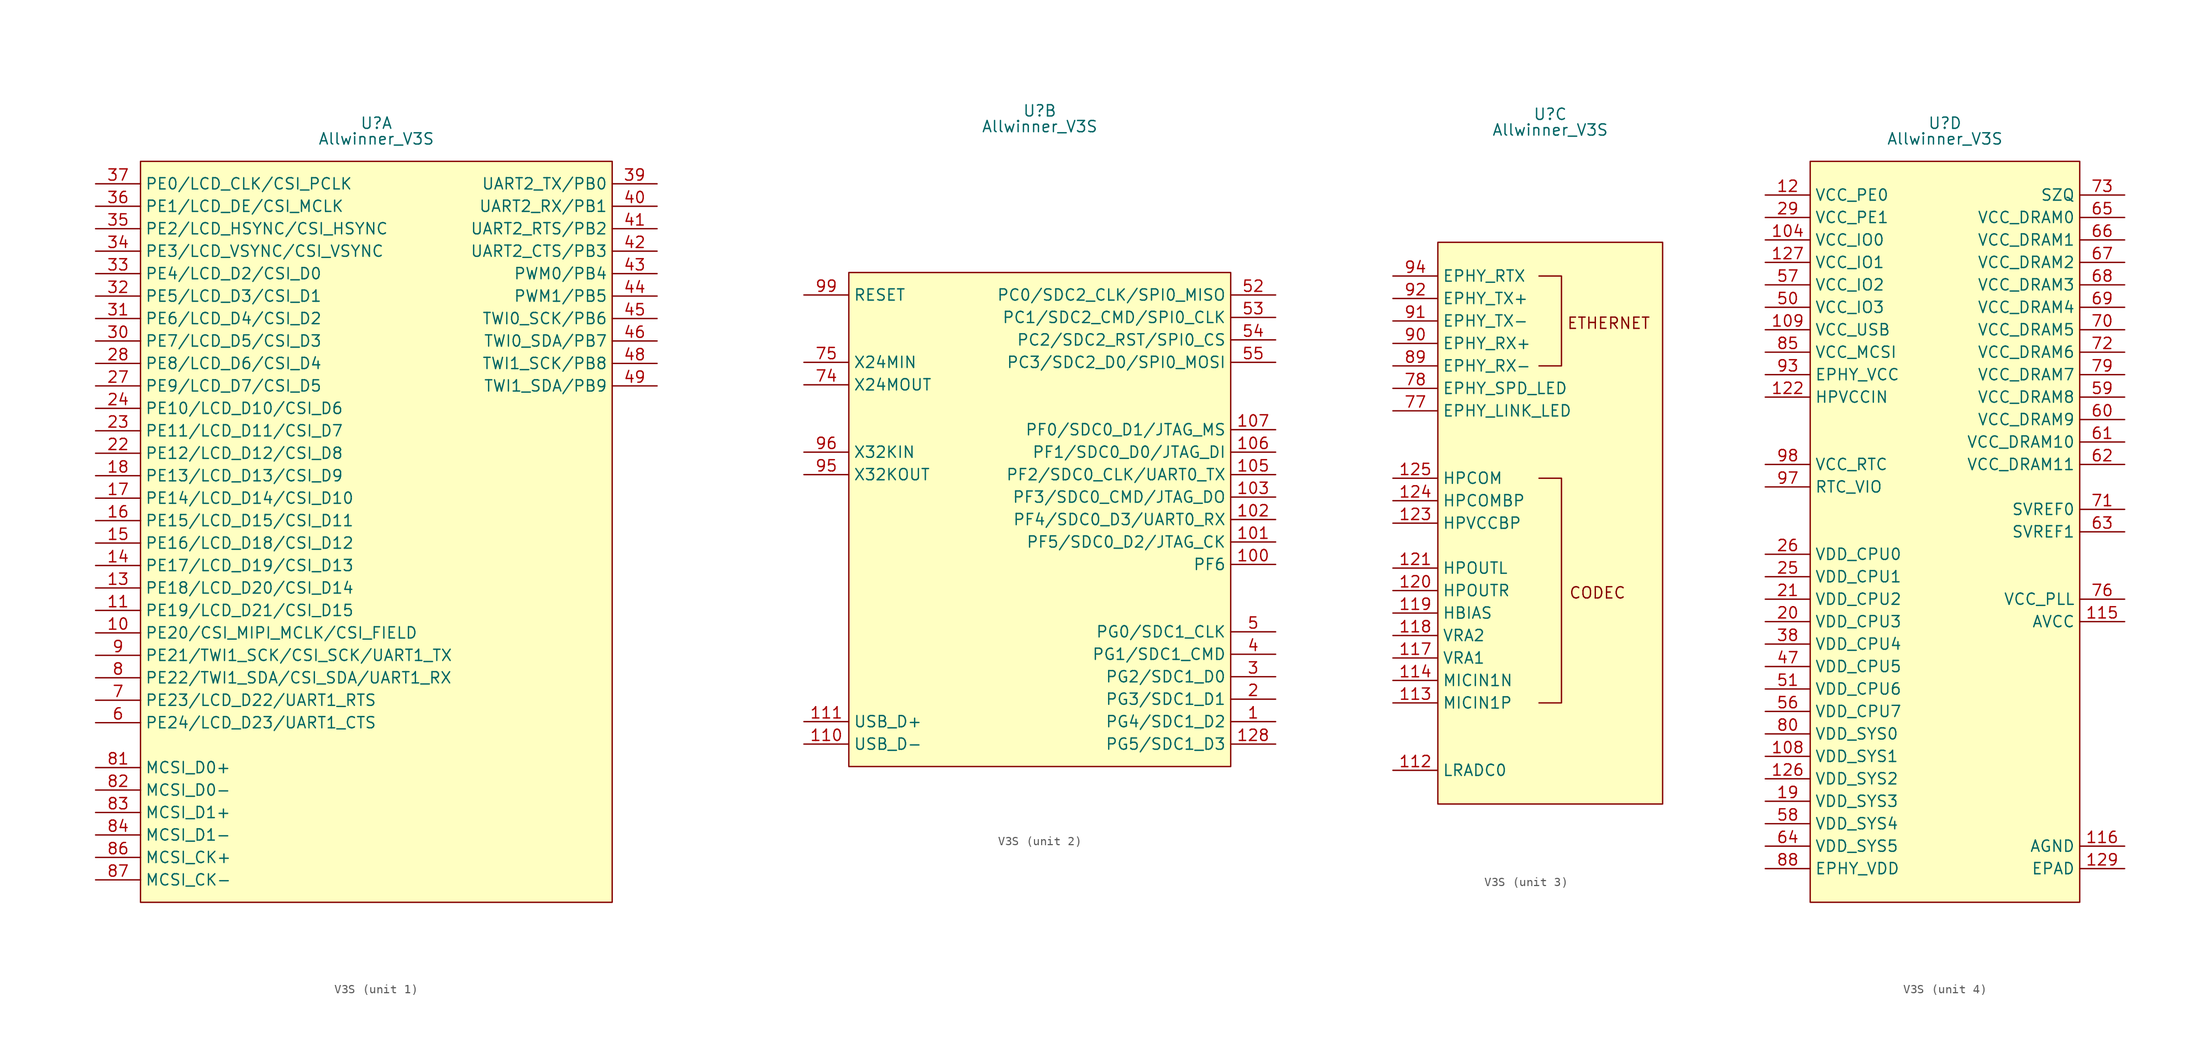
<source format=kicad_sym>
(kicad_symbol_lib
  (version 20241209)
  (generator "kicad_symbol_editor")
  (generator_version "9.0")
  (symbol "V3S"
    (property "Reference" "U"
      (at 0 46.228 0)
      (effects (font (size 1.27 1.27))))
    (property "Value" "Allwinner_V3S"
      (at 0 44.45 0)
      (effects (font (size 1.27 1.27))))
    (property "ki_locked" ""
      (at 0 0 0)
      (effects (font (size 1.27 1.27))))
    (symbol "V3S_1_1"
      (rectangle (start -26.67 41.91) (end 26.67 -41.91) (stroke (width 0) (type solid)) (fill (type color) (color 255 255 194 1)))
      (pin bidirectional line (at -31.75 39.37 0) (length 5.08) (name "PE0/LCD_CLK/CSI_PCLK" (effects (font (size 1.27 1.27)))) (number "37" (effects (font (size 1.27 1.27)))))
      (pin bidirectional line (at -31.75 36.83 0) (length 5.08) (name "PE1/LCD_DE/CSI_MCLK" (effects (font (size 1.27 1.27)))) (number "36" (effects (font (size 1.27 1.27)))))
      (pin bidirectional line (at -31.75 34.29 0) (length 5.08) (name "PE2/LCD_HSYNC/CSI_HSYNC" (effects (font (size 1.27 1.27)))) (number "35" (effects (font (size 1.27 1.27)))))
      (pin bidirectional line (at -31.75 31.75 0) (length 5.08) (name "PE3/LCD_VSYNC/CSI_VSYNC" (effects (font (size 1.27 1.27)))) (number "34" (effects (font (size 1.27 1.27)))))
      (pin bidirectional line (at -31.75 29.21 0) (length 5.08) (name "PE4/LCD_D2/CSI_D0" (effects (font (size 1.27 1.27)))) (number "33" (effects (font (size 1.27 1.27)))))
      (pin bidirectional line (at -31.75 26.67 0) (length 5.08) (name "PE5/LCD_D3/CSI_D1" (effects (font (size 1.27 1.27)))) (number "32" (effects (font (size 1.27 1.27)))))
      (pin bidirectional line (at -31.75 24.13 0) (length 5.08) (name "PE6/LCD_D4/CSI_D2" (effects (font (size 1.27 1.27)))) (number "31" (effects (font (size 1.27 1.27)))))
      (pin bidirectional line (at -31.75 21.59 0) (length 5.08) (name "PE7/LCD_D5/CSI_D3" (effects (font (size 1.27 1.27)))) (number "30" (effects (font (size 1.27 1.27)))))
      (pin bidirectional line (at -31.75 19.05 0) (length 5.08) (name "PE8/LCD_D6/CSI_D4" (effects (font (size 1.27 1.27)))) (number "28" (effects (font (size 1.27 1.27)))))
      (pin bidirectional line (at -31.75 16.51 0) (length 5.08) (name "PE9/LCD_D7/CSI_D5" (effects (font (size 1.27 1.27)))) (number "27" (effects (font (size 1.27 1.27)))))
      (pin bidirectional line (at -31.75 13.97 0) (length 5.08) (name "PE10/LCD_D10/CSI_D6" (effects (font (size 1.27 1.27)))) (number "24" (effects (font (size 1.27 1.27)))))
      (pin bidirectional line (at -31.75 11.43 0) (length 5.08) (name "PE11/LCD_D11/CSI_D7" (effects (font (size 1.27 1.27)))) (number "23" (effects (font (size 1.27 1.27)))))
      (pin bidirectional line (at -31.75 8.89 0) (length 5.08) (name "PE12/LCD_D12/CSI_D8" (effects (font (size 1.27 1.27)))) (number "22" (effects (font (size 1.27 1.27)))))
      (pin bidirectional line (at -31.75 6.35 0) (length 5.08) (name "PE13/LCD_D13/CSI_D9" (effects (font (size 1.27 1.27)))) (number "18" (effects (font (size 1.27 1.27)))))
      (pin bidirectional line (at -31.75 3.81 0) (length 5.08) (name "PE14/LCD_D14/CSI_D10" (effects (font (size 1.27 1.27)))) (number "17" (effects (font (size 1.27 1.27)))))
      (pin bidirectional line (at -31.75 1.27 0) (length 5.08) (name "PE15/LCD_D15/CSI_D11" (effects (font (size 1.27 1.27)))) (number "16" (effects (font (size 1.27 1.27)))))
      (pin bidirectional line (at -31.75 -1.27 0) (length 5.08) (name "PE16/LCD_D18/CSI_D12" (effects (font (size 1.27 1.27)))) (number "15" (effects (font (size 1.27 1.27)))))
      (pin bidirectional line (at -31.75 -3.81 0) (length 5.08) (name "PE17/LCD_D19/CSI_D13" (effects (font (size 1.27 1.27)))) (number "14" (effects (font (size 1.27 1.27)))))
      (pin bidirectional line (at -31.75 -6.35 0) (length 5.08) (name "PE18/LCD_D20/CSI_D14" (effects (font (size 1.27 1.27)))) (number "13" (effects (font (size 1.27 1.27)))))
      (pin bidirectional line (at -31.75 -8.89 0) (length 5.08) (name "PE19/LCD_D21/CSI_D15" (effects (font (size 1.27 1.27)))) (number "11" (effects (font (size 1.27 1.27)))))
      (pin bidirectional line (at -31.75 -11.43 0) (length 5.08) (name "PE20/CSI_MIPI_MCLK/CSI_FIELD" (effects (font (size 1.27 1.27)))) (number "10" (effects (font (size 1.27 1.27)))))
      (pin bidirectional line (at -31.75 -13.97 0) (length 5.08) (name "PE21/TWI1_SCK/CSI_SCK/UART1_TX" (effects (font (size 1.27 1.27)))) (number "9" (effects (font (size 1.27 1.27)))))
      (pin bidirectional line (at -31.75 -16.51 0) (length 5.08) (name "PE22/TWI1_SDA/CSI_SDA/UART1_RX" (effects (font (size 1.27 1.27)))) (number "8" (effects (font (size 1.27 1.27)))))
      (pin bidirectional line (at -31.75 -19.05 0) (length 5.08) (name "PE23/LCD_D22/UART1_RTS" (effects (font (size 1.27 1.27)))) (number "7" (effects (font (size 1.27 1.27)))))
      (pin bidirectional line (at -31.75 -21.59 0) (length 5.08) (name "PE24/LCD_D23/UART1_CTS" (effects (font (size 1.27 1.27)))) (number "6" (effects (font (size 1.27 1.27)))))
      (pin bidirectional line (at -31.75 -26.67 0) (length 5.08) (name "MCSI_D0+" (effects (font (size 1.27 1.27)))) (number "81" (effects (font (size 1.27 1.27)))))
      (pin bidirectional line (at -31.75 -29.21 0) (length 5.08) (name "MCSI_D0-" (effects (font (size 1.27 1.27)))) (number "82" (effects (font (size 1.27 1.27)))))
      (pin bidirectional line (at -31.75 -31.75 0) (length 5.08) (name "MCSI_D1+" (effects (font (size 1.27 1.27)))) (number "83" (effects (font (size 1.27 1.27)))))
      (pin bidirectional line (at -31.75 -34.29 0) (length 5.08) (name "MCSI_D1-" (effects (font (size 1.27 1.27)))) (number "84" (effects (font (size 1.27 1.27)))))
      (pin bidirectional line (at -31.75 -36.83 0) (length 5.08) (name "MCSI_CK+" (effects (font (size 1.27 1.27)))) (number "86" (effects (font (size 1.27 1.27)))))
      (pin bidirectional line (at -31.75 -39.37 0) (length 5.08) (name "MCSI_CK-" (effects (font (size 1.27 1.27)))) (number "87" (effects (font (size 1.27 1.27)))))
      (pin bidirectional line (at 31.75 39.37 180) (length 5.08) (name "UART2_TX/PB0" (effects (font (size 1.27 1.27)))) (number "39" (effects (font (size 1.27 1.27)))))
      (pin bidirectional line (at 31.75 36.83 180) (length 5.08) (name "UART2_RX/PB1" (effects (font (size 1.27 1.27)))) (number "40" (effects (font (size 1.27 1.27)))))
      (pin bidirectional line (at 31.75 34.29 180) (length 5.08) (name "UART2_RTS/PB2" (effects (font (size 1.27 1.27)))) (number "41" (effects (font (size 1.27 1.27)))))
      (pin bidirectional line (at 31.75 31.75 180) (length 5.08) (name "UART2_CTS/PB3" (effects (font (size 1.27 1.27)))) (number "42" (effects (font (size 1.27 1.27)))))
      (pin bidirectional line (at 31.75 29.21 180) (length 5.08) (name "PWM0/PB4" (effects (font (size 1.27 1.27)))) (number "43" (effects (font (size 1.27 1.27)))))
      (pin bidirectional line (at 31.75 26.67 180) (length 5.08) (name "PWM1/PB5" (effects (font (size 1.27 1.27)))) (number "44" (effects (font (size 1.27 1.27)))))
      (pin bidirectional line (at 31.75 24.13 180) (length 5.08) (name "TWI0_SCK/PB6" (effects (font (size 1.27 1.27)))) (number "45" (effects (font (size 1.27 1.27)))))
      (pin bidirectional line (at 31.75 21.59 180) (length 5.08) (name "TWI0_SDA/PB7" (effects (font (size 1.27 1.27)))) (number "46" (effects (font (size 1.27 1.27)))))
      (pin bidirectional line (at 31.75 19.05 180) (length 5.08) (name "TWI1_SCK/PB8" (effects (font (size 1.27 1.27)))) (number "48" (effects (font (size 1.27 1.27)))))
      (pin bidirectional line (at 31.75 16.51 180) (length 5.08) (name "TWI1_SDA/PB9" (effects (font (size 1.27 1.27)))) (number "49" (effects (font (size 1.27 1.27))))))
    (symbol "V3S_2_1"
      (rectangle (start -21.59 27.94) (end 21.59 -27.94) (stroke (width 0) (type solid)) (fill (type color) (color 255 255 194 1)))
      (pin bidirectional line (at -26.67 25.4 0) (length 5.08) (name "RESET" (effects (font (size 1.27 1.27)))) (number "99" (effects (font (size 1.27 1.27)))))
      (pin bidirectional line (at -26.67 17.78 0) (length 5.08) (name "X24MIN" (effects (font (size 1.27 1.27)))) (number "75" (effects (font (size 1.27 1.27)))))
      (pin bidirectional line (at -26.67 15.24 0) (length 5.08) (name "X24MOUT" (effects (font (size 1.27 1.27)))) (number "74" (effects (font (size 1.27 1.27)))))
      (pin bidirectional line (at -26.67 7.62 0) (length 5.08) (name "X32KIN" (effects (font (size 1.27 1.27)))) (number "96" (effects (font (size 1.27 1.27)))))
      (pin bidirectional line (at -26.67 5.08 0) (length 5.08) (name "X32KOUT" (effects (font (size 1.27 1.27)))) (number "95" (effects (font (size 1.27 1.27)))))
      (pin bidirectional line (at -26.67 -22.86 0) (length 5.08) (name "USB_D+" (effects (font (size 1.27 1.27)))) (number "111" (effects (font (size 1.27 1.27)))))
      (pin bidirectional line (at -26.67 -25.4 0) (length 5.08) (name "USB_D-" (effects (font (size 1.27 1.27)))) (number "110" (effects (font (size 1.27 1.27)))))
      (pin bidirectional line (at 26.67 25.4 180) (length 5.08) (name "PC0/SDC2_CLK/SPI0_MISO" (effects (font (size 1.27 1.27)))) (number "52" (effects (font (size 1.27 1.27)))))
      (pin bidirectional line (at 26.67 22.86 180) (length 5.08) (name "PC1/SDC2_CMD/SPI0_CLK" (effects (font (size 1.27 1.27)))) (number "53" (effects (font (size 1.27 1.27)))))
      (pin bidirectional line (at 26.67 20.32 180) (length 5.08) (name "PC2/SDC2_RST/SPI0_CS" (effects (font (size 1.27 1.27)))) (number "54" (effects (font (size 1.27 1.27)))))
      (pin bidirectional line (at 26.67 17.78 180) (length 5.08) (name "PC3/SDC2_D0/SPI0_MOSI" (effects (font (size 1.27 1.27)))) (number "55" (effects (font (size 1.27 1.27)))))
      (pin bidirectional line (at 26.67 10.16 180) (length 5.08) (name "PF0/SDC0_D1/JTAG_MS" (effects (font (size 1.27 1.27)))) (number "107" (effects (font (size 1.27 1.27)))))
      (pin bidirectional line (at 26.67 7.62 180) (length 5.08) (name "PF1/SDC0_D0/JTAG_DI" (effects (font (size 1.27 1.27)))) (number "106" (effects (font (size 1.27 1.27)))))
      (pin bidirectional line (at 26.67 5.08 180) (length 5.08) (name "PF2/SDC0_CLK/UART0_TX" (effects (font (size 1.27 1.27)))) (number "105" (effects (font (size 1.27 1.27)))))
      (pin bidirectional line (at 26.67 2.54 180) (length 5.08) (name "PF3/SDC0_CMD/JTAG_DO" (effects (font (size 1.27 1.27)))) (number "103" (effects (font (size 1.27 1.27)))))
      (pin bidirectional line (at 26.67 0 180) (length 5.08) (name "PF4/SDC0_D3/UART0_RX" (effects (font (size 1.27 1.27)))) (number "102" (effects (font (size 1.27 1.27)))))
      (pin bidirectional line (at 26.67 -2.54 180) (length 5.08) (name "PF5/SDC0_D2/JTAG_CK" (effects (font (size 1.27 1.27)))) (number "101" (effects (font (size 1.27 1.27)))))
      (pin bidirectional line (at 26.67 -5.08 180) (length 5.08) (name "PF6" (effects (font (size 1.27 1.27)))) (number "100" (effects (font (size 1.27 1.27)))))
      (pin bidirectional line (at 26.67 -12.7 180) (length 5.08) (name "PG0/SDC1_CLK" (effects (font (size 1.27 1.27)))) (number "5" (effects (font (size 1.27 1.27)))))
      (pin bidirectional line (at 26.67 -15.24 180) (length 5.08) (name "PG1/SDC1_CMD" (effects (font (size 1.27 1.27)))) (number "4" (effects (font (size 1.27 1.27)))))
      (pin bidirectional line (at 26.67 -17.78 180) (length 5.08) (name "PG2/SDC1_D0" (effects (font (size 1.27 1.27)))) (number "3" (effects (font (size 1.27 1.27)))))
      (pin bidirectional line (at 26.67 -20.32 180) (length 5.08) (name "PG3/SDC1_D1" (effects (font (size 1.27 1.27)))) (number "2" (effects (font (size 1.27 1.27)))))
      (pin bidirectional line (at 26.67 -22.86 180) (length 5.08) (name "PG4/SDC1_D2" (effects (font (size 1.27 1.27)))) (number "1" (effects (font (size 1.27 1.27)))))
      (pin bidirectional line (at 26.67 -25.4 180) (length 5.08) (name "PG5/SDC1_D3" (effects (font (size 1.27 1.27)))) (number "128" (effects (font (size 1.27 1.27))))))
    (symbol "V3S_3_1"
      (rectangle (start -12.7 31.75) (end 12.7 -31.75) (stroke (width 0) (type solid)) (fill (type color) (color 255 255 194 1)))
      (polyline (pts (xy -1.27 27.94) (xy 1.27 27.94) (xy 1.27 17.78) (xy -1.27 17.78)) (stroke (width 0) (type default)) (fill (type none)))
      (polyline (pts (xy -1.27 5.08) (xy 1.27 5.08) (xy 1.27 -20.32) (xy -1.27 -20.32)) (stroke (width 0) (type default)) (fill (type none)))
      (text "CODEC" (at 5.334 -7.874 0) (effects (font (size 1.27 1.27))))
      (text "ETHERNET" (at 6.604 22.606 0) (effects (font (size 1.27 1.27))))
      (pin bidirectional line (at -17.78 27.94 0) (length 5.08) (name "EPHY_RTX" (effects (font (size 1.27 1.27)))) (number "94" (effects (font (size 1.27 1.27)))))
      (pin bidirectional line (at -17.78 25.4 0) (length 5.08) (name "EPHY_TX+" (effects (font (size 1.27 1.27)))) (number "92" (effects (font (size 1.27 1.27)))))
      (pin bidirectional line (at -17.78 22.86 0) (length 5.08) (name "EPHY_TX-" (effects (font (size 1.27 1.27)))) (number "91" (effects (font (size 1.27 1.27)))))
      (pin bidirectional line (at -17.78 20.32 0) (length 5.08) (name "EPHY_RX+" (effects (font (size 1.27 1.27)))) (number "90" (effects (font (size 1.27 1.27)))))
      (pin bidirectional line (at -17.78 17.78 0) (length 5.08) (name "EPHY_RX-" (effects (font (size 1.27 1.27)))) (number "89" (effects (font (size 1.27 1.27)))))
      (pin bidirectional line (at -17.78 15.24 0) (length 5.08) (name "EPHY_SPD_LED" (effects (font (size 1.27 1.27)))) (number "78" (effects (font (size 1.27 1.27)))))
      (pin bidirectional line (at -17.78 12.7 0) (length 5.08) (name "EPHY_LINK_LED" (effects (font (size 1.27 1.27)))) (number "77" (effects (font (size 1.27 1.27)))))
      (pin bidirectional line (at -17.78 5.08 0) (length 5.08) (name "HPCOM" (effects (font (size 1.27 1.27)))) (number "125" (effects (font (size 1.27 1.27)))))
      (pin bidirectional line (at -17.78 2.54 0) (length 5.08) (name "HPCOMBP" (effects (font (size 1.27 1.27)))) (number "124" (effects (font (size 1.27 1.27)))))
      (pin bidirectional line (at -17.78 0 0) (length 5.08) (name "HPVCCBP" (effects (font (size 1.27 1.27)))) (number "123" (effects (font (size 1.27 1.27)))))
      (pin bidirectional line (at -17.78 -5.08 0) (length 5.08) (name "HPOUTL" (effects (font (size 1.27 1.27)))) (number "121" (effects (font (size 1.27 1.27)))))
      (pin bidirectional line (at -17.78 -7.62 0) (length 5.08) (name "HPOUTR" (effects (font (size 1.27 1.27)))) (number "120" (effects (font (size 1.27 1.27)))))
      (pin bidirectional line (at -17.78 -10.16 0) (length 5.08) (name "HBIAS" (effects (font (size 1.27 1.27)))) (number "119" (effects (font (size 1.27 1.27)))))
      (pin bidirectional line (at -17.78 -12.7 0) (length 5.08) (name "VRA2" (effects (font (size 1.27 1.27)))) (number "118" (effects (font (size 1.27 1.27)))))
      (pin bidirectional line (at -17.78 -15.24 0) (length 5.08) (name "VRA1" (effects (font (size 1.27 1.27)))) (number "117" (effects (font (size 1.27 1.27)))))
      (pin bidirectional line (at -17.78 -17.78 0) (length 5.08) (name "MICIN1N" (effects (font (size 1.27 1.27)))) (number "114" (effects (font (size 1.27 1.27)))))
      (pin bidirectional line (at -17.78 -20.32 0) (length 5.08) (name "MICIN1P" (effects (font (size 1.27 1.27)))) (number "113" (effects (font (size 1.27 1.27)))))
      (pin bidirectional line (at -17.78 -27.94 0) (length 5.08) (name "LRADC0" (effects (font (size 1.27 1.27)))) (number "112" (effects (font (size 1.27 1.27))))))
    (symbol "V3S_4_1"
      (rectangle (start -15.24 41.91) (end 15.24 -41.91) (stroke (width 0) (type solid)) (fill (type color) (color 255 255 194 1)))
      (pin power_in line (at -20.32 38.1 0) (length 5.08) (name "VCC_PE0" (effects (font (size 1.27 1.27)))) (number "12" (effects (font (size 1.27 1.27)))))
      (pin power_in line (at -20.32 35.56 0) (length 5.08) (name "VCC_PE1" (effects (font (size 1.27 1.27)))) (number "29" (effects (font (size 1.27 1.27)))))
      (pin power_in line (at -20.32 33.02 0) (length 5.08) (name "VCC_IO0" (effects (font (size 1.27 1.27)))) (number "104" (effects (font (size 1.27 1.27)))))
      (pin power_in line (at -20.32 30.48 0) (length 5.08) (name "VCC_IO1" (effects (font (size 1.27 1.27)))) (number "127" (effects (font (size 1.27 1.27)))))
      (pin power_in line (at -20.32 27.94 0) (length 5.08) (name "VCC_IO2" (effects (font (size 1.27 1.27)))) (number "57" (effects (font (size 1.27 1.27)))))
      (pin power_in line (at -20.32 25.4 0) (length 5.08) (name "VCC_IO3" (effects (font (size 1.27 1.27)))) (number "50" (effects (font (size 1.27 1.27)))))
      (pin power_in line (at -20.32 22.86 0) (length 5.08) (name "VCC_USB" (effects (font (size 1.27 1.27)))) (number "109" (effects (font (size 1.27 1.27)))))
      (pin power_in line (at -20.32 20.32 0) (length 5.08) (name "VCC_MCSI" (effects (font (size 1.27 1.27)))) (number "85" (effects (font (size 1.27 1.27)))))
      (pin power_in line (at -20.32 17.78 0) (length 5.08) (name "EPHY_VCC" (effects (font (size 1.27 1.27)))) (number "93" (effects (font (size 1.27 1.27)))))
      (pin power_in line (at -20.32 15.24 0) (length 5.08) (name "HPVCCIN" (effects (font (size 1.27 1.27)))) (number "122" (effects (font (size 1.27 1.27)))))
      (pin power_in line (at -20.32 7.62 0) (length 5.08) (name "VCC_RTC" (effects (font (size 1.27 1.27)))) (number "98" (effects (font (size 1.27 1.27)))))
      (pin power_in line (at -20.32 5.08 0) (length 5.08) (name "RTC_VIO" (effects (font (size 1.27 1.27)))) (number "97" (effects (font (size 1.27 1.27)))))
      (pin power_in line (at -20.32 -2.54 0) (length 5.08) (name "VDD_CPU0" (effects (font (size 1.27 1.27)))) (number "26" (effects (font (size 1.27 1.27)))))
      (pin power_in line (at -20.32 -5.08 0) (length 5.08) (name "VDD_CPU1" (effects (font (size 1.27 1.27)))) (number "25" (effects (font (size 1.27 1.27)))))
      (pin power_in line (at -20.32 -7.62 0) (length 5.08) (name "VDD_CPU2" (effects (font (size 1.27 1.27)))) (number "21" (effects (font (size 1.27 1.27)))))
      (pin power_in line (at -20.32 -10.16 0) (length 5.08) (name "VDD_CPU3" (effects (font (size 1.27 1.27)))) (number "20" (effects (font (size 1.27 1.27)))))
      (pin power_in line (at -20.32 -12.7 0) (length 5.08) (name "VDD_CPU4" (effects (font (size 1.27 1.27)))) (number "38" (effects (font (size 1.27 1.27)))))
      (pin power_in line (at -20.32 -15.24 0) (length 5.08) (name "VDD_CPU5" (effects (font (size 1.27 1.27)))) (number "47" (effects (font (size 1.27 1.27)))))
      (pin power_in line (at -20.32 -17.78 0) (length 5.08) (name "VDD_CPU6" (effects (font (size 1.27 1.27)))) (number "51" (effects (font (size 1.27 1.27)))))
      (pin power_in line (at -20.32 -20.32 0) (length 5.08) (name "VDD_CPU7" (effects (font (size 1.27 1.27)))) (number "56" (effects (font (size 1.27 1.27)))))
      (pin power_in line (at -20.32 -22.86 0) (length 5.08) (name "VDD_SYS0" (effects (font (size 1.27 1.27)))) (number "80" (effects (font (size 1.27 1.27)))))
      (pin power_in line (at -20.32 -25.4 0) (length 5.08) (name "VDD_SYS1" (effects (font (size 1.27 1.27)))) (number "108" (effects (font (size 1.27 1.27)))))
      (pin power_in line (at -20.32 -27.94 0) (length 5.08) (name "VDD_SYS2" (effects (font (size 1.27 1.27)))) (number "126" (effects (font (size 1.27 1.27)))))
      (pin power_in line (at -20.32 -30.48 0) (length 5.08) (name "VDD_SYS3" (effects (font (size 1.27 1.27)))) (number "19" (effects (font (size 1.27 1.27)))))
      (pin power_in line (at -20.32 -33.02 0) (length 5.08) (name "VDD_SYS4" (effects (font (size 1.27 1.27)))) (number "58" (effects (font (size 1.27 1.27)))))
      (pin power_in line (at -20.32 -35.56 0) (length 5.08) (name "VDD_SYS5" (effects (font (size 1.27 1.27)))) (number "64" (effects (font (size 1.27 1.27)))))
      (pin power_in line (at -20.32 -38.1 0) (length 5.08) (name "EPHY_VDD" (effects (font (size 1.27 1.27)))) (number "88" (effects (font (size 1.27 1.27)))))
      (pin power_in line (at 20.32 38.1 180) (length 5.08) (name "SZQ" (effects (font (size 1.27 1.27)))) (number "73" (effects (font (size 1.27 1.27)))))
      (pin power_in line (at 20.32 35.56 180) (length 5.08) (name "VCC_DRAM0" (effects (font (size 1.27 1.27)))) (number "65" (effects (font (size 1.27 1.27)))))
      (pin power_in line (at 20.32 33.02 180) (length 5.08) (name "VCC_DRAM1" (effects (font (size 1.27 1.27)))) (number "66" (effects (font (size 1.27 1.27)))))
      (pin power_in line (at 20.32 30.48 180) (length 5.08) (name "VCC_DRAM2" (effects (font (size 1.27 1.27)))) (number "67" (effects (font (size 1.27 1.27)))))
      (pin power_in line (at 20.32 27.94 180) (length 5.08) (name "VCC_DRAM3" (effects (font (size 1.27 1.27)))) (number "68" (effects (font (size 1.27 1.27)))))
      (pin power_in line (at 20.32 25.4 180) (length 5.08) (name "VCC_DRAM4" (effects (font (size 1.27 1.27)))) (number "69" (effects (font (size 1.27 1.27)))))
      (pin power_in line (at 20.32 22.86 180) (length 5.08) (name "VCC_DRAM5" (effects (font (size 1.27 1.27)))) (number "70" (effects (font (size 1.27 1.27)))))
      (pin power_in line (at 20.32 20.32 180) (length 5.08) (name "VCC_DRAM6" (effects (font (size 1.27 1.27)))) (number "72" (effects (font (size 1.27 1.27)))))
      (pin power_in line (at 20.32 17.78 180) (length 5.08) (name "VCC_DRAM7" (effects (font (size 1.27 1.27)))) (number "79" (effects (font (size 1.27 1.27)))))
      (pin power_in line (at 20.32 15.24 180) (length 5.08) (name "VCC_DRAM8" (effects (font (size 1.27 1.27)))) (number "59" (effects (font (size 1.27 1.27)))))
      (pin power_in line (at 20.32 12.7 180) (length 5.08) (name "VCC_DRAM9" (effects (font (size 1.27 1.27)))) (number "60" (effects (font (size 1.27 1.27)))))
      (pin power_in line (at 20.32 10.16 180) (length 5.08) (name "VCC_DRAM10" (effects (font (size 1.27 1.27)))) (number "61" (effects (font (size 1.27 1.27)))))
      (pin power_in line (at 20.32 7.62 180) (length 5.08) (name "VCC_DRAM11" (effects (font (size 1.27 1.27)))) (number "62" (effects (font (size 1.27 1.27)))))
      (pin power_in line (at 20.32 2.54 180) (length 5.08) (name "SVREF0" (effects (font (size 1.27 1.27)))) (number "71" (effects (font (size 1.27 1.27)))))
      (pin power_in line (at 20.32 0 180) (length 5.08) (name "SVREF1" (effects (font (size 1.27 1.27)))) (number "63" (effects (font (size 1.27 1.27)))))
      (pin power_in line (at 20.32 -7.62 180) (length 5.08) (name "VCC_PLL" (effects (font (size 1.27 1.27)))) (number "76" (effects (font (size 1.27 1.27)))))
      (pin power_in line (at 20.32 -10.16 180) (length 5.08) (name "AVCC" (effects (font (size 1.27 1.27)))) (number "115" (effects (font (size 1.27 1.27)))))
      (pin power_in line (at 20.32 -35.56 180) (length 5.08) (name "AGND" (effects (font (size 1.27 1.27)))) (number "116" (effects (font (size 1.27 1.27)))))
      (pin power_in line (at 20.32 -38.1 180) (length 5.08) (name "EPAD" (effects (font (size 1.27 1.27)))) (number "129" (effects (font (size 1.27 1.27))))))))
</source>
